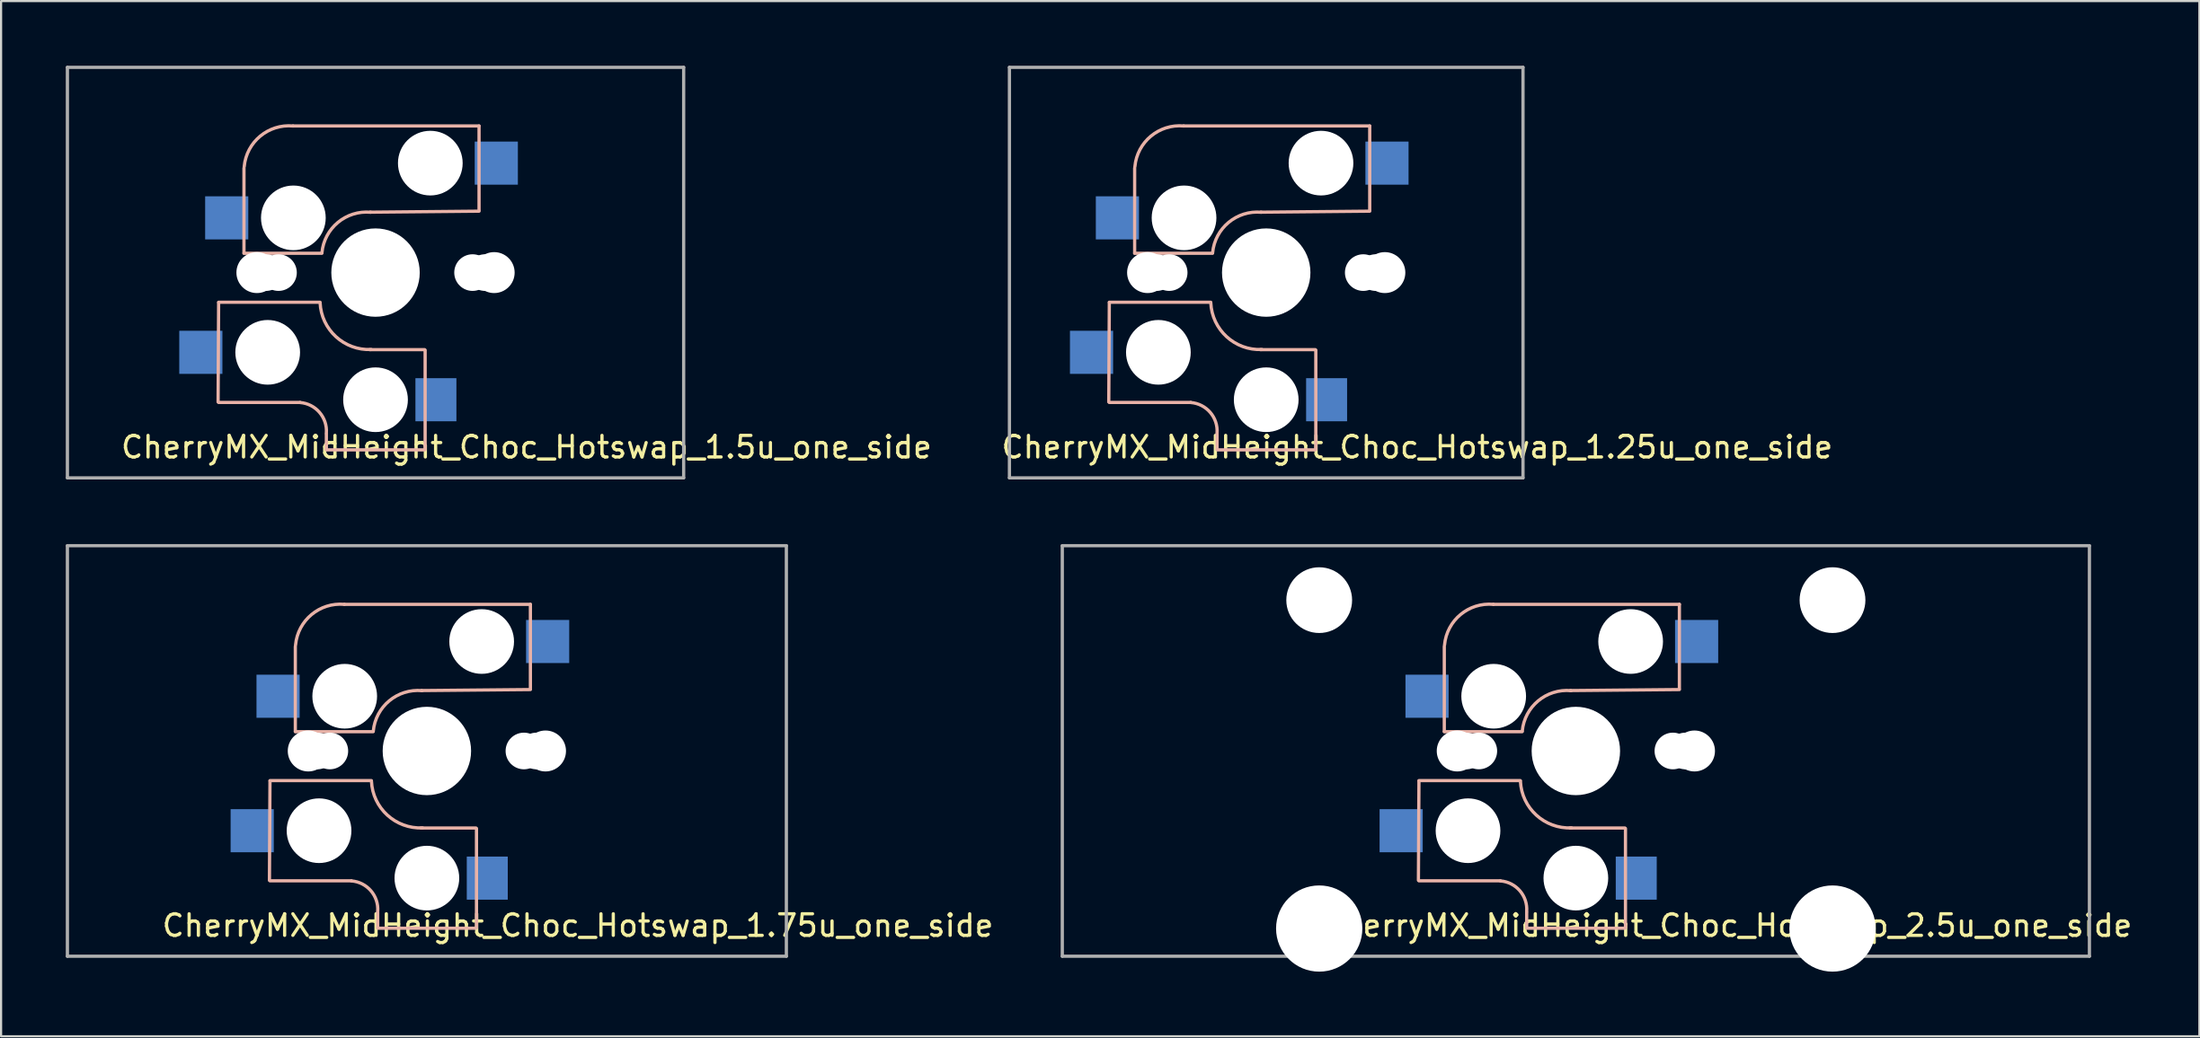
<source format=kicad_pcb>
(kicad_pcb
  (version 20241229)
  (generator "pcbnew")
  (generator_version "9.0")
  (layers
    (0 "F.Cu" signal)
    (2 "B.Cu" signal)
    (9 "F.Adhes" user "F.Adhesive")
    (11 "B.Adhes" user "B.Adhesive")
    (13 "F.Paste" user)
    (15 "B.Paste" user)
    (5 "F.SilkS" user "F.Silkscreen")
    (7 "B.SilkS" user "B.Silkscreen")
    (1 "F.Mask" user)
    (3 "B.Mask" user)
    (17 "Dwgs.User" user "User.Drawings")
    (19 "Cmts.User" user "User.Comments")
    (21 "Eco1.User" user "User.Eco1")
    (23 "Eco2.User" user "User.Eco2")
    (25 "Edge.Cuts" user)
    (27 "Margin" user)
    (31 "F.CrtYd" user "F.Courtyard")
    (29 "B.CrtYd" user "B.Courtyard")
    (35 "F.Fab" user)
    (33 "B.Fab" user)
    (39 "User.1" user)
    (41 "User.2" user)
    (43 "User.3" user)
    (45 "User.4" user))
  (footprint "CherryMX_MidHeight_Choc_Hotswap_1.75u_one_side"
    (layer "F.Cu")
    (at 16.743 31.8)
    (property "Reference" "CherryMX_MidHeight_Choc_Hotswap_1.75u_one_side" (at 7 8.1 0) (layer "F.SilkS") (effects (font (size 1 1) (thickness 0.15))))
    (attr through_hole)
    (fp_line (start -7.275 1.4) (end -7.3 6) (stroke (width 0.15) (type solid)) (layer "B.SilkS"))
    (fp_line (start -6.1 -4.85) (end -6.1 -0.905) (stroke (width 0.15) (type solid)) (layer "B.SilkS"))
    (fp_line (start -6.1 -0.896) (end -2.49 -0.896) (stroke (width 0.15) (type solid)) (layer "B.SilkS"))
    (fp_line (start -3.5 6.025) (end -7.275 6.025) (stroke (width 0.15) (type solid)) (layer "B.SilkS"))
    (fp_line (start -2.575 1.375) (end -7.275 1.375) (stroke (width 0.15) (type solid)) (layer "B.SilkS"))
    (fp_line (start -2.28 7.5) (end -2.28 8.2) (stroke (width 0.15) (type solid)) (layer "B.SilkS"))
    (fp_line (start 2.275 3.575) (end -0.275 3.575) (stroke (width 0.15) (type solid)) (layer "B.SilkS"))
    (fp_line (start 2.275 8.225) (end -2.275 8.225) (stroke (width 0.15) (type solid)) (layer "B.SilkS"))
    (fp_line (start 2.3 3.6) (end 2.3 8.2) (stroke (width 0.15) (type solid)) (layer "B.SilkS"))
    (fp_line (start 4.8 -6.804) (end -3.825 -6.804) (stroke (width 0.15) (type solid)) (layer "B.SilkS"))
    (fp_line (start 4.8 -2.896) (end 4.8 -6.804) (stroke (width 0.15) (type solid)) (layer "B.SilkS"))
    (fp_line (start 4.8 -2.85) (end -0.25 -2.804) (stroke (width 0.15) (type solid)) (layer "B.SilkS"))
    (fp_arc (start -6.089 -4.92) (mid -5.347189 -6.33089) (end -3.825 -6.804) (stroke (width 0.15) (type solid)) (layer "B.SilkS"))
    (fp_arc (start -3.5 6.03) (mid -2.595908 6.48733) (end -2.28 7.45) (stroke (width 0.15) (type solid)) (layer "B.SilkS"))
    (fp_arc (start -2.485 -0.92) (mid -1.744361 -2.328061) (end -0.225 -2.8) (stroke (width 0.15) (type solid)) (layer "B.SilkS"))
    (fp_arc (start -0.2 3.57) (mid -1.834422 2.975843) (end -2.57 1.4) (stroke (width 0.15) (type solid)) (layer "B.SilkS"))
    (fp_line (start -7 -7) (end 7 -7) (stroke (width 0.15) (type solid)) (layer "Eco2.User"))
    (fp_line (start -7 7) (end -7 -7) (stroke (width 0.15) (type solid)) (layer "Eco2.User"))
    (fp_line (start 7 -7) (end 7 7) (stroke (width 0.15) (type solid)) (layer "Eco2.User"))
    (fp_line (start 7 7) (end -7 7) (stroke (width 0.15) (type solid)) (layer "Eco2.User"))
    (fp_line (start -16.668 -9.525) (end -16.668 9.525) (stroke (width 0.15) (type solid)) (layer "F.Fab"))
    (fp_line (start -16.668 9.525) (end 16.668 9.525) (stroke (width 0.15) (type solid)) (layer "F.Fab"))
    (fp_line (start 16.668 -9.525) (end -16.668 -9.525) (stroke (width 0.15) (type solid)) (layer "F.Fab"))
    (fp_line (start 16.668 9.525) (end 16.668 -9.525) (stroke (width 0.15) (type solid)) (layer "F.Fab"))
    (pad "" np_thru_hole circle (at -5.5 0 90) (size 1.9 1.9) (drill 1.9) (layers "*.Cu" "*.Mask"))
    (pad "" np_thru_hole circle (at -5.08 0) (size 1.7 1.7) (drill 1.7) (layers "*.Cu" "*.Mask"))
    (pad "" np_thru_hole circle (at -5 3.7 90) (size 3 3) (drill 3) (layers "*.Cu" "*.Mask"))
    (pad "" np_thru_hole circle (at -4.5 0) (size 1.7 1.7) (drill 1.7) (layers "*.Cu" "*.Mask"))
    (pad "" np_thru_hole circle (at -3.81 -2.54 180) (size 3 3) (drill 3) (layers "*.Cu" "*.Mask"))
    (pad "" np_thru_hole circle (at 0 0 90) (size 4.1 4.1) (drill 4.1) (layers "*.Cu" "*.Mask"))
    (pad "" np_thru_hole circle (at 0 5.9 90) (size 3 3) (drill 3) (layers "*.Cu" "*.Mask"))
    (pad "" np_thru_hole circle (at 2.54 -5.08 180) (size 3 3) (drill 3) (layers "*.Cu" "*.Mask"))
    (pad "" np_thru_hole circle (at 4.5 0) (size 1.7 1.7) (drill 1.7) (layers "*.Cu" "*.Mask"))
    (pad "" np_thru_hole circle (at 5.08 0) (size 1.7 1.7) (drill 1.7) (layers "*.Cu" "*.Mask"))
    (pad "" np_thru_hole circle (at 5.5 0 90) (size 1.9 1.9) (drill 1.9) (layers "*.Cu" "*.Mask"))
    (pad "1" smd rect (at -8.1 3.7 180) (size 2 2) (layers "B.Cu" "B.Mask" "B.Paste"))
    (pad "1" smd rect (at -6.9 -2.54 180) (size 2 2) (layers "B.Cu" "B.Mask" "B.Paste"))
    (pad "2" smd rect (at 2.8 5.9 180) (size 1.9 2) (layers "B.Cu" "B.Mask" "B.Paste"))
    (pad "2" smd rect (at 5.6 -5.08 180) (size 2 2) (layers "B.Cu" "B.Mask" "B.Paste")))
  (footprint "CherryMX_MidHeight_Choc_Hotswap_2.5u_one_side"
    (layer "F.Cu")
    (at 70.017 31.8)
    (property "Reference" "CherryMX_MidHeight_Choc_Hotswap_2.5u_one_side" (at 7 8.1 0) (layer "F.SilkS") (effects (font (size 1 1) (thickness 0.15))))
    (attr through_hole)
    (fp_line (start -7.275 1.4) (end -7.3 6) (stroke (width 0.15) (type solid)) (layer "B.SilkS"))
    (fp_line (start -6.1 -4.85) (end -6.1 -0.905) (stroke (width 0.15) (type solid)) (layer "B.SilkS"))
    (fp_line (start -6.1 -0.896) (end -2.49 -0.896) (stroke (width 0.15) (type solid)) (layer "B.SilkS"))
    (fp_line (start -3.5 6.025) (end -7.275 6.025) (stroke (width 0.15) (type solid)) (layer "B.SilkS"))
    (fp_line (start -2.575 1.375) (end -7.275 1.375) (stroke (width 0.15) (type solid)) (layer "B.SilkS"))
    (fp_line (start -2.28 7.5) (end -2.28 8.2) (stroke (width 0.15) (type solid)) (layer "B.SilkS"))
    (fp_line (start 2.275 3.575) (end -0.275 3.575) (stroke (width 0.15) (type solid)) (layer "B.SilkS"))
    (fp_line (start 2.275 8.225) (end -2.275 8.225) (stroke (width 0.15) (type solid)) (layer "B.SilkS"))
    (fp_line (start 2.3 3.6) (end 2.3 8.2) (stroke (width 0.15) (type solid)) (layer "B.SilkS"))
    (fp_line (start 4.8 -6.804) (end -3.825 -6.804) (stroke (width 0.15) (type solid)) (layer "B.SilkS"))
    (fp_line (start 4.8 -2.896) (end 4.8 -6.804) (stroke (width 0.15) (type solid)) (layer "B.SilkS"))
    (fp_line (start 4.8 -2.85) (end -0.25 -2.804) (stroke (width 0.15) (type solid)) (layer "B.SilkS"))
    (fp_arc (start -6.089 -4.92) (mid -5.347189 -6.33089) (end -3.825 -6.804) (stroke (width 0.15) (type solid)) (layer "B.SilkS"))
    (fp_arc (start -3.5 6.03) (mid -2.595908 6.48733) (end -2.28 7.45) (stroke (width 0.15) (type solid)) (layer "B.SilkS"))
    (fp_arc (start -2.485 -0.92) (mid -1.744361 -2.328061) (end -0.225 -2.8) (stroke (width 0.15) (type solid)) (layer "B.SilkS"))
    (fp_arc (start -0.2 3.57) (mid -1.834422 2.975843) (end -2.57 1.4) (stroke (width 0.15) (type solid)) (layer "B.SilkS"))
    (fp_line (start -7 -7) (end 7 -7) (stroke (width 0.15) (type solid)) (layer "Eco2.User"))
    (fp_line (start -7 7) (end -7 -7) (stroke (width 0.15) (type solid)) (layer "Eco2.User"))
    (fp_line (start 7 -7) (end 7 7) (stroke (width 0.15) (type solid)) (layer "Eco2.User"))
    (fp_line (start 7 7) (end -7 7) (stroke (width 0.15) (type solid)) (layer "Eco2.User"))
    (fp_line (start -23.812 -9.525) (end -23.812 9.525) (stroke (width 0.15) (type solid)) (layer "F.Fab"))
    (fp_line (start -23.812 9.525) (end 23.812 9.525) (stroke (width 0.15) (type solid)) (layer "F.Fab"))
    (fp_line (start 23.812 -9.525) (end -23.812 -9.525) (stroke (width 0.15) (type solid)) (layer "F.Fab"))
    (fp_line (start 23.812 9.525) (end 23.812 -9.525) (stroke (width 0.15) (type solid)) (layer "F.Fab"))
    (pad "" np_thru_hole circle (at -11.9 -7) (size 3.05 3.05) (drill 3.05) (layers "*.Cu" "*.Mask"))
    (pad "" np_thru_hole circle (at -11.9 8.24) (size 4 4) (drill 4) (layers "*.Cu" "*.Mask"))
    (pad "" np_thru_hole circle (at -5.5 0 90) (size 1.9 1.9) (drill 1.9) (layers "*.Cu" "*.Mask"))
    (pad "" np_thru_hole circle (at -5.08 0) (size 1.7 1.7) (drill 1.7) (layers "*.Cu" "*.Mask"))
    (pad "" np_thru_hole circle (at -5 3.7 90) (size 3 3) (drill 3) (layers "*.Cu" "*.Mask"))
    (pad "" np_thru_hole circle (at -4.5 0) (size 1.7 1.7) (drill 1.7) (layers "*.Cu" "*.Mask"))
    (pad "" np_thru_hole circle (at -3.81 -2.54 180) (size 3 3) (drill 3) (layers "*.Cu" "*.Mask"))
    (pad "" np_thru_hole circle (at 0 0 90) (size 4.1 4.1) (drill 4.1) (layers "*.Cu" "*.Mask"))
    (pad "" np_thru_hole circle (at 0 5.9 90) (size 3 3) (drill 3) (layers "*.Cu" "*.Mask"))
    (pad "" np_thru_hole circle (at 2.54 -5.08 180) (size 3 3) (drill 3) (layers "*.Cu" "*.Mask"))
    (pad "" np_thru_hole circle (at 4.5 0) (size 1.7 1.7) (drill 1.7) (layers "*.Cu" "*.Mask"))
    (pad "" np_thru_hole circle (at 5.08 0) (size 1.7 1.7) (drill 1.7) (layers "*.Cu" "*.Mask"))
    (pad "" np_thru_hole circle (at 5.5 0 90) (size 1.9 1.9) (drill 1.9) (layers "*.Cu" "*.Mask"))
    (pad "" np_thru_hole circle (at 11.9 -7) (size 3.05 3.05) (drill 3.05) (layers "*.Cu" "*.Mask"))
    (pad "" np_thru_hole circle (at 11.9 8.24) (size 4 4) (drill 4) (layers "*.Cu" "*.Mask"))
    (pad "1" smd rect (at -8.1 3.7 180) (size 2 2) (layers "B.Cu" "B.Mask" "B.Paste"))
    (pad "1" smd rect (at -6.9 -2.54 180) (size 2 2) (layers "B.Cu" "B.Mask" "B.Paste"))
    (pad "2" smd rect (at 2.8 5.9 180) (size 1.9 2) (layers "B.Cu" "B.Mask" "B.Paste"))
    (pad "2" smd rect (at 5.6 -5.08 180) (size 2 2) (layers "B.Cu" "B.Mask" "B.Paste")))
  (footprint "CherryMX_MidHeight_Choc_Hotswap_1.5u_one_side"
    (layer "F.Cu")
    (at 14.362 9.6)
    (property "Reference" "CherryMX_MidHeight_Choc_Hotswap_1.5u_one_side" (at 7 8.1 0) (layer "F.SilkS") (effects (font (size 1 1) (thickness 0.15))))
    (attr through_hole)
    (fp_line (start -7.275 1.4) (end -7.3 6) (stroke (width 0.15) (type solid)) (layer "B.SilkS"))
    (fp_line (start -6.1 -4.85) (end -6.1 -0.905) (stroke (width 0.15) (type solid)) (layer "B.SilkS"))
    (fp_line (start -6.1 -0.896) (end -2.49 -0.896) (stroke (width 0.15) (type solid)) (layer "B.SilkS"))
    (fp_line (start -3.5 6.025) (end -7.275 6.025) (stroke (width 0.15) (type solid)) (layer "B.SilkS"))
    (fp_line (start -2.575 1.375) (end -7.275 1.375) (stroke (width 0.15) (type solid)) (layer "B.SilkS"))
    (fp_line (start -2.28 7.5) (end -2.28 8.2) (stroke (width 0.15) (type solid)) (layer "B.SilkS"))
    (fp_line (start 2.275 3.575) (end -0.275 3.575) (stroke (width 0.15) (type solid)) (layer "B.SilkS"))
    (fp_line (start 2.275 8.225) (end -2.275 8.225) (stroke (width 0.15) (type solid)) (layer "B.SilkS"))
    (fp_line (start 2.3 3.6) (end 2.3 8.2) (stroke (width 0.15) (type solid)) (layer "B.SilkS"))
    (fp_line (start 4.8 -6.804) (end -3.825 -6.804) (stroke (width 0.15) (type solid)) (layer "B.SilkS"))
    (fp_line (start 4.8 -2.896) (end 4.8 -6.804) (stroke (width 0.15) (type solid)) (layer "B.SilkS"))
    (fp_line (start 4.8 -2.85) (end -0.25 -2.804) (stroke (width 0.15) (type solid)) (layer "B.SilkS"))
    (fp_arc (start -6.089 -4.92) (mid -5.347189 -6.33089) (end -3.825 -6.804) (stroke (width 0.15) (type solid)) (layer "B.SilkS"))
    (fp_arc (start -3.5 6.03) (mid -2.595908 6.48733) (end -2.28 7.45) (stroke (width 0.15) (type solid)) (layer "B.SilkS"))
    (fp_arc (start -2.485 -0.92) (mid -1.744361 -2.328061) (end -0.225 -2.8) (stroke (width 0.15) (type solid)) (layer "B.SilkS"))
    (fp_arc (start -0.2 3.57) (mid -1.834422 2.975843) (end -2.57 1.4) (stroke (width 0.15) (type solid)) (layer "B.SilkS"))
    (fp_line (start -7 -7) (end 7 -7) (stroke (width 0.15) (type solid)) (layer "Eco2.User"))
    (fp_line (start -7 7) (end -7 -7) (stroke (width 0.15) (type solid)) (layer "Eco2.User"))
    (fp_line (start 7 -7) (end 7 7) (stroke (width 0.15) (type solid)) (layer "Eco2.User"))
    (fp_line (start 7 7) (end -7 7) (stroke (width 0.15) (type solid)) (layer "Eco2.User"))
    (fp_line (start -14.287 -9.525) (end -14.287 9.525) (stroke (width 0.15) (type solid)) (layer "F.Fab"))
    (fp_line (start -14.287 9.525) (end 14.287 9.525) (stroke (width 0.15) (type solid)) (layer "F.Fab"))
    (fp_line (start 14.287 -9.525) (end -14.287 -9.525) (stroke (width 0.15) (type solid)) (layer "F.Fab"))
    (fp_line (start 14.287 9.525) (end 14.287 -9.525) (stroke (width 0.15) (type solid)) (layer "F.Fab"))
    (pad "" np_thru_hole circle (at -5.5 0 90) (size 1.9 1.9) (drill 1.9) (layers "*.Cu" "*.Mask"))
    (pad "" np_thru_hole circle (at -5.08 0) (size 1.7 1.7) (drill 1.7) (layers "*.Cu" "*.Mask"))
    (pad "" np_thru_hole circle (at -5 3.7 90) (size 3 3) (drill 3) (layers "*.Cu" "*.Mask"))
    (pad "" np_thru_hole circle (at -4.5 0) (size 1.7 1.7) (drill 1.7) (layers "*.Cu" "*.Mask"))
    (pad "" np_thru_hole circle (at -3.81 -2.54 180) (size 3 3) (drill 3) (layers "*.Cu" "*.Mask"))
    (pad "" np_thru_hole circle (at 0 0 90) (size 4.1 4.1) (drill 4.1) (layers "*.Cu" "*.Mask"))
    (pad "" np_thru_hole circle (at 0 5.9 90) (size 3 3) (drill 3) (layers "*.Cu" "*.Mask"))
    (pad "" np_thru_hole circle (at 2.54 -5.08 180) (size 3 3) (drill 3) (layers "*.Cu" "*.Mask"))
    (pad "" np_thru_hole circle (at 4.5 0) (size 1.7 1.7) (drill 1.7) (layers "*.Cu" "*.Mask"))
    (pad "" np_thru_hole circle (at 5.08 0) (size 1.7 1.7) (drill 1.7) (layers "*.Cu" "*.Mask"))
    (pad "" np_thru_hole circle (at 5.5 0 90) (size 1.9 1.9) (drill 1.9) (layers "*.Cu" "*.Mask"))
    (pad "1" smd rect (at -8.1 3.7 180) (size 2 2) (layers "B.Cu" "B.Mask" "B.Paste"))
    (pad "1" smd rect (at -6.9 -2.54 180) (size 2 2) (layers "B.Cu" "B.Mask" "B.Paste"))
    (pad "2" smd rect (at 2.8 5.9 180) (size 1.9 2) (layers "B.Cu" "B.Mask" "B.Paste"))
    (pad "2" smd rect (at 5.6 -5.08 180) (size 2 2) (layers "B.Cu" "B.Mask" "B.Paste")))
  (footprint "CherryMX_MidHeight_Choc_Hotswap_1.25u_one_side"
    (layer "F.Cu")
    (at 55.66 9.6)
    (property "Reference" "CherryMX_MidHeight_Choc_Hotswap_1.25u_one_side" (at 7 8.1 0) (layer "F.SilkS") (effects (font (size 1 1) (thickness 0.15))))
    (attr through_hole)
    (fp_line (start -7.275 1.4) (end -7.3 6) (stroke (width 0.15) (type solid)) (layer "B.SilkS"))
    (fp_line (start -6.1 -4.85) (end -6.1 -0.905) (stroke (width 0.15) (type solid)) (layer "B.SilkS"))
    (fp_line (start -6.1 -0.896) (end -2.49 -0.896) (stroke (width 0.15) (type solid)) (layer "B.SilkS"))
    (fp_line (start -3.5 6.025) (end -7.275 6.025) (stroke (width 0.15) (type solid)) (layer "B.SilkS"))
    (fp_line (start -2.575 1.375) (end -7.275 1.375) (stroke (width 0.15) (type solid)) (layer "B.SilkS"))
    (fp_line (start -2.28 7.5) (end -2.28 8.2) (stroke (width 0.15) (type solid)) (layer "B.SilkS"))
    (fp_line (start 2.275 3.575) (end -0.275 3.575) (stroke (width 0.15) (type solid)) (layer "B.SilkS"))
    (fp_line (start 2.275 8.225) (end -2.275 8.225) (stroke (width 0.15) (type solid)) (layer "B.SilkS"))
    (fp_line (start 2.3 3.6) (end 2.3 8.2) (stroke (width 0.15) (type solid)) (layer "B.SilkS"))
    (fp_line (start 4.8 -6.804) (end -3.825 -6.804) (stroke (width 0.15) (type solid)) (layer "B.SilkS"))
    (fp_line (start 4.8 -2.896) (end 4.8 -6.804) (stroke (width 0.15) (type solid)) (layer "B.SilkS"))
    (fp_line (start 4.8 -2.85) (end -0.25 -2.804) (stroke (width 0.15) (type solid)) (layer "B.SilkS"))
    (fp_arc (start -6.089 -4.92) (mid -5.347189 -6.33089) (end -3.825 -6.804) (stroke (width 0.15) (type solid)) (layer "B.SilkS"))
    (fp_arc (start -3.5 6.03) (mid -2.595908 6.48733) (end -2.28 7.45) (stroke (width 0.15) (type solid)) (layer "B.SilkS"))
    (fp_arc (start -2.485 -0.92) (mid -1.744361 -2.328061) (end -0.225 -2.8) (stroke (width 0.15) (type solid)) (layer "B.SilkS"))
    (fp_arc (start -0.2 3.57) (mid -1.834422 2.975843) (end -2.57 1.4) (stroke (width 0.15) (type solid)) (layer "B.SilkS"))
    (fp_line (start -7 -7) (end 7 -7) (stroke (width 0.15) (type solid)) (layer "Eco2.User"))
    (fp_line (start -7 7) (end -7 -7) (stroke (width 0.15) (type solid)) (layer "Eco2.User"))
    (fp_line (start 7 -7) (end 7 7) (stroke (width 0.15) (type solid)) (layer "Eco2.User"))
    (fp_line (start 7 7) (end -7 7) (stroke (width 0.15) (type solid)) (layer "Eco2.User"))
    (fp_line (start -11.906 -9.525) (end -11.906 9.525) (stroke (width 0.15) (type solid)) (layer "F.Fab"))
    (fp_line (start -11.906 9.525) (end 11.906 9.525) (stroke (width 0.15) (type solid)) (layer "F.Fab"))
    (fp_line (start 11.906 -9.525) (end -11.906 -9.525) (stroke (width 0.15) (type solid)) (layer "F.Fab"))
    (fp_line (start 11.906 9.525) (end 11.906 -9.525) (stroke (width 0.15) (type solid)) (layer "F.Fab"))
    (pad "" np_thru_hole circle (at -5.5 0 90) (size 1.9 1.9) (drill 1.9) (layers "*.Cu" "*.Mask"))
    (pad "" np_thru_hole circle (at -5.08 0) (size 1.7 1.7) (drill 1.7) (layers "*.Cu" "*.Mask"))
    (pad "" np_thru_hole circle (at -5 3.7 90) (size 3 3) (drill 3) (layers "*.Cu" "*.Mask"))
    (pad "" np_thru_hole circle (at -4.5 0) (size 1.7 1.7) (drill 1.7) (layers "*.Cu" "*.Mask"))
    (pad "" np_thru_hole circle (at -3.81 -2.54 180) (size 3 3) (drill 3) (layers "*.Cu" "*.Mask"))
    (pad "" np_thru_hole circle (at 0 0 90) (size 4.1 4.1) (drill 4.1) (layers "*.Cu" "*.Mask"))
    (pad "" np_thru_hole circle (at 0 5.9 90) (size 3 3) (drill 3) (layers "*.Cu" "*.Mask"))
    (pad "" np_thru_hole circle (at 2.54 -5.08 180) (size 3 3) (drill 3) (layers "*.Cu" "*.Mask"))
    (pad "" np_thru_hole circle (at 4.5 0) (size 1.7 1.7) (drill 1.7) (layers "*.Cu" "*.Mask"))
    (pad "" np_thru_hole circle (at 5.08 0) (size 1.7 1.7) (drill 1.7) (layers "*.Cu" "*.Mask"))
    (pad "" np_thru_hole circle (at 5.5 0 90) (size 1.9 1.9) (drill 1.9) (layers "*.Cu" "*.Mask"))
    (pad "1" smd rect (at -8.1 3.7 180) (size 2 2) (layers "B.Cu" "B.Mask" "B.Paste"))
    (pad "1" smd rect (at -6.9 -2.54 180) (size 2 2) (layers "B.Cu" "B.Mask" "B.Paste"))
    (pad "2" smd rect (at 2.8 5.9 180) (size 1.9 2) (layers "B.Cu" "B.Mask" "B.Paste"))
    (pad "2" smd rect (at 5.6 -5.08 180) (size 2 2) (layers "B.Cu" "B.Mask" "B.Paste")))
  (gr_rect
    (start -3 -3)
    (end 98.928 45.04)
    (stroke (width 0.1) (type default))
    (fill no)
    (layer "Edge.Cuts")))
</source>
